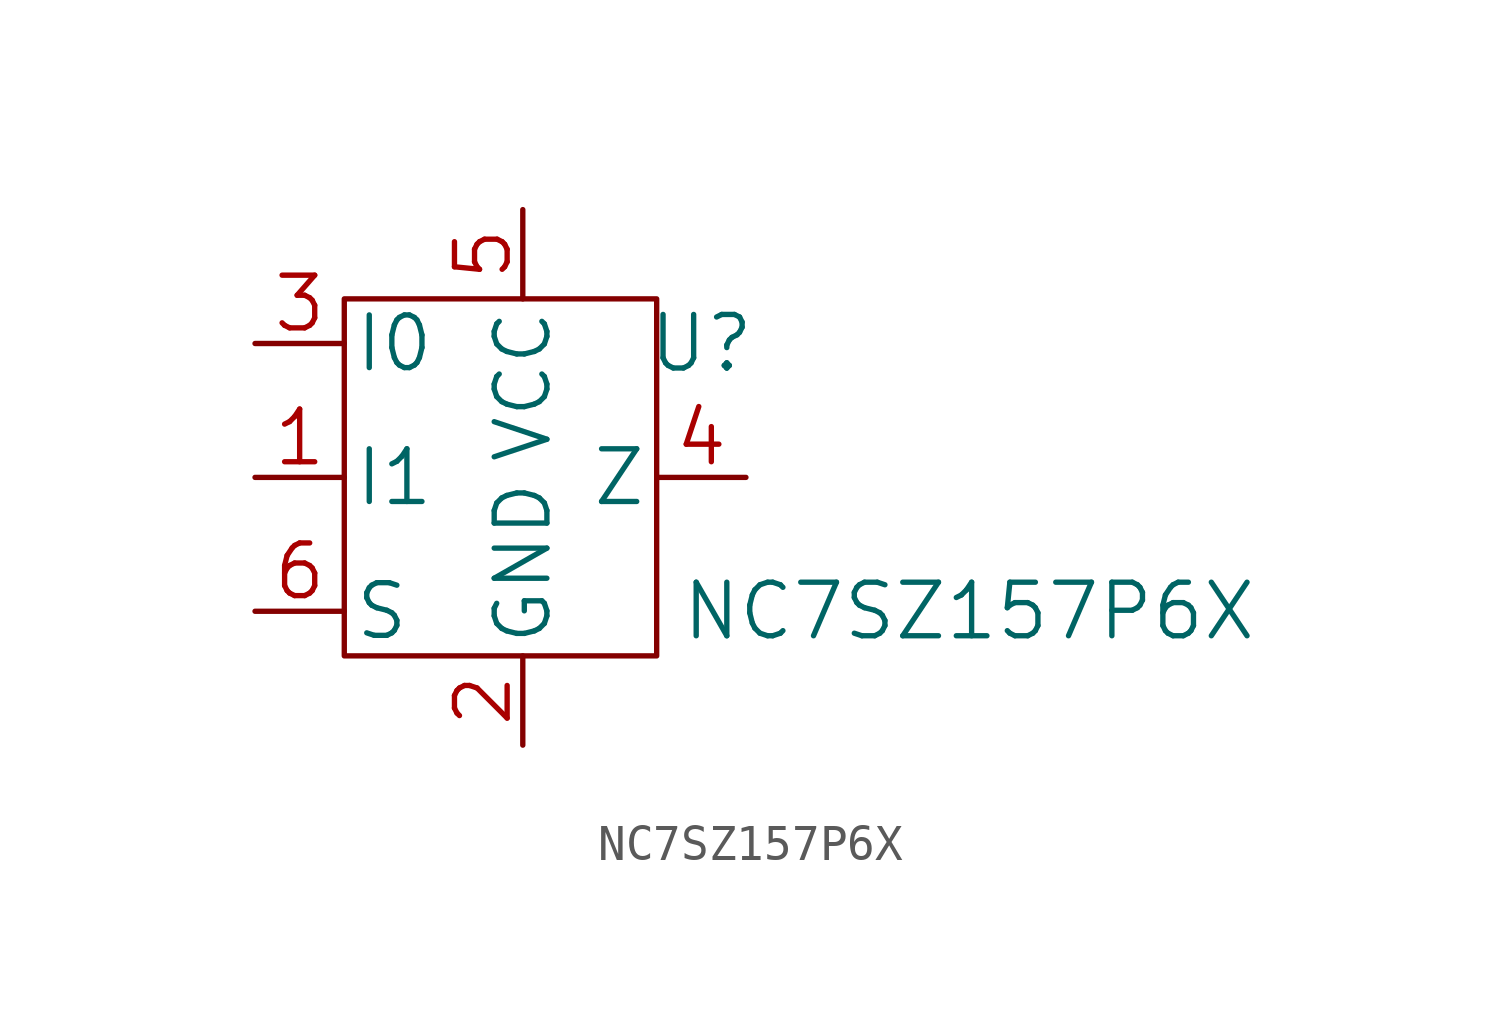
<source format=kicad_sym>
(kicad_symbol_lib
  (version 20211014)
  (generator kicad_symbol_editor)
  (symbol "NC7SZ157P6X"
    (pin_names
      (offset 0.254))
    (property "Reference" "U"
      (at 17.78 0 0)
      (effects (font (size 1.524 1.524))))
    (property "Value" "NC7SZ157P6X"
      (at 25.4 -7.62 0)
      (effects (font (size 1.524 1.524))))
    (property "Datasheet" ""
      (at 5.08 -3.81 0)
      (effects (font (size 1.524 1.524))))
    (property "ki_locked" ""
      (at 0 0 0)
      (effects (font (size 1.27 1.27))))
    (symbol "NC7SZ157P6X_1_1"
      (rectangle (start 7.62 1.27) (end 16.51 -8.89) (stroke (width 0) (type default) (color 0 0 0 0)) (fill (type none)))
      (pin input line (at 5.08 -3.81 0) (length 2.54) (name "I1" (effects (font (size 1.499 1.499)))) (number "1" (effects (font (size 1.499 1.499)))))
      (pin power_in line (at 12.7 -11.43 90) (length 2.54) (name "GND" (effects (font (size 1.499 1.499)))) (number "2" (effects (font (size 1.499 1.499)))))
      (pin input line (at 5.08 0 0) (length 2.54) (name "I0" (effects (font (size 1.499 1.499)))) (number "3" (effects (font (size 1.499 1.499)))))
      (pin output line (at 19.05 -3.81 180) (length 2.54) (name "Z" (effects (font (size 1.499 1.499)))) (number "4" (effects (font (size 1.499 1.499)))))
      (pin power_in line (at 12.7 3.81 270) (length 2.54) (name "VCC" (effects (font (size 1.499 1.499)))) (number "5" (effects (font (size 1.499 1.499)))))
      (pin input line (at 5.08 -7.62 0) (length 2.54) (name "S" (effects (font (size 1.499 1.499)))) (number "6" (effects (font (size 1.499 1.499))))))))
</source>
